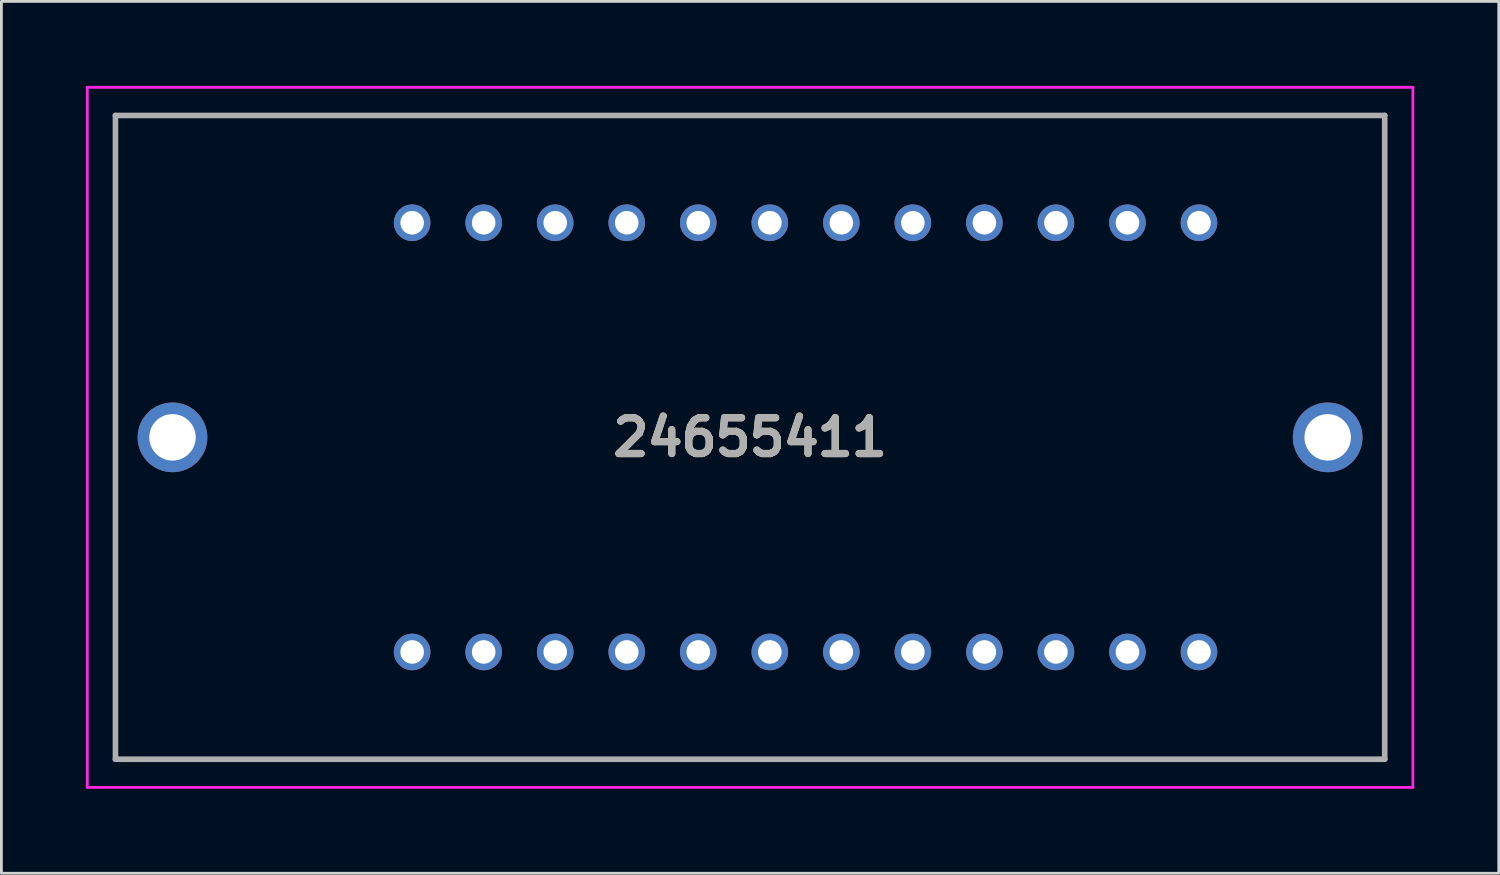
<source format=kicad_pcb>
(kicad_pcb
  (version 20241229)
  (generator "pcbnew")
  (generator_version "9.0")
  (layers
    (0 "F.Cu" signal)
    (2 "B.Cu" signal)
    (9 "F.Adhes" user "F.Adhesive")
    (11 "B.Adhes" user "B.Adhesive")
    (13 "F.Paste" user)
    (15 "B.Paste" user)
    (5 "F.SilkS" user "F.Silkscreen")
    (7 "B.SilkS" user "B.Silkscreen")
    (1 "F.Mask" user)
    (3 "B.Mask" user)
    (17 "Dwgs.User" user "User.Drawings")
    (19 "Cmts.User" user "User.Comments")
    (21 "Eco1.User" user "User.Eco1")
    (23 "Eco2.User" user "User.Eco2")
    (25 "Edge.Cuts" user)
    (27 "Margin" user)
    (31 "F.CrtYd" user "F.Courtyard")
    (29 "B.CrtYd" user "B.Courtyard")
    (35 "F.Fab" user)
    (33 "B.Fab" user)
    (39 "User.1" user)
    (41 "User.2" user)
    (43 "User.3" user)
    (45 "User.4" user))
  (footprint "24655411"
    (layer "F.Cu")
    (at 11.585 4.86)
    (property "Reference" "24655411" (at 12 7.62 0) (layer "F.SilkS") (effects (font (size 1.27 1.27) (thickness 0.254))))
    (attr through_hole)
    (fp_line (start -10.535 -3.81) (end -10.535 19.05) (stroke (width 0.1) (type solid)) (layer "F.SilkS"))
    (fp_line (start -10.535 19.05) (end 34.535 19.05) (stroke (width 0.1) (type solid)) (layer "F.SilkS"))
    (fp_line (start 34.535 -3.81) (end -10.535 -3.81) (stroke (width 0.1) (type solid)) (layer "F.SilkS"))
    (fp_line (start 34.535 19.05) (end 34.535 -3.81) (stroke (width 0.1) (type solid)) (layer "F.SilkS"))
    (fp_line (start -11.535 -4.81) (end -11.535 20.05) (stroke (width 0.1) (type solid)) (layer "F.CrtYd"))
    (fp_line (start -11.535 20.05) (end 35.535 20.05) (stroke (width 0.1) (type solid)) (layer "F.CrtYd"))
    (fp_line (start 35.535 -4.81) (end -11.535 -4.81) (stroke (width 0.1) (type solid)) (layer "F.CrtYd"))
    (fp_line (start 35.535 20.05) (end 35.535 -4.81) (stroke (width 0.1) (type solid)) (layer "F.CrtYd"))
    (fp_line (start -10.535 -3.81) (end -10.535 19.05) (stroke (width 0.2) (type solid)) (layer "F.Fab"))
    (fp_line (start -10.535 19.05) (end 34.535 19.05) (stroke (width 0.2) (type solid)) (layer "F.Fab"))
    (fp_line (start 34.535 -3.81) (end -10.535 -3.81) (stroke (width 0.2) (type solid)) (layer "F.Fab"))
    (fp_line (start 34.535 19.05) (end 34.535 -3.81) (stroke (width 0.2) (type solid)) (layer "F.Fab"))
    (fp_text user "${REFERENCE}" (at 12 7.62 0) (layer "F.Fab") (effects (font (size 1.27 1.27) (thickness 0.254))))
    (pad "1" thru_hole circle (at 0 0) (size 1.3 1.3) (drill 0.838) (layers "*.Cu" "*.Mask"))
    (pad "2" thru_hole circle (at 2.54 0) (size 1.3 1.3) (drill 0.838) (layers "*.Cu" "*.Mask"))
    (pad "3" thru_hole circle (at 5.08 0) (size 1.3 1.3) (drill 0.838) (layers "*.Cu" "*.Mask"))
    (pad "4" thru_hole circle (at 7.62 0) (size 1.3 1.3) (drill 0.838) (layers "*.Cu" "*.Mask"))
    (pad "5" thru_hole circle (at 10.16 0) (size 1.3 1.3) (drill 0.838) (layers "*.Cu" "*.Mask"))
    (pad "6" thru_hole circle (at 12.7 0) (size 1.3 1.3) (drill 0.838) (layers "*.Cu" "*.Mask"))
    (pad "7" thru_hole circle (at 15.24 0) (size 1.3 1.3) (drill 0.838) (layers "*.Cu" "*.Mask"))
    (pad "8" thru_hole circle (at 17.78 0) (size 1.3 1.3) (drill 0.838) (layers "*.Cu" "*.Mask"))
    (pad "9" thru_hole circle (at 20.32 0) (size 1.3 1.3) (drill 0.838) (layers "*.Cu" "*.Mask"))
    (pad "10" thru_hole circle (at 22.86 0) (size 1.3 1.3) (drill 0.838) (layers "*.Cu" "*.Mask"))
    (pad "11" thru_hole circle (at 25.4 0) (size 1.3 1.3) (drill 0.838) (layers "*.Cu" "*.Mask"))
    (pad "12" thru_hole circle (at 27.94 0) (size 1.3 1.3) (drill 0.838) (layers "*.Cu" "*.Mask"))
    (pad "13" thru_hole circle (at 27.94 15.24) (size 1.3 1.3) (drill 0.838) (layers "*.Cu" "*.Mask"))
    (pad "14" thru_hole circle (at 25.4 15.24) (size 1.3 1.3) (drill 0.838) (layers "*.Cu" "*.Mask"))
    (pad "15" thru_hole circle (at 22.86 15.24) (size 1.3 1.3) (drill 0.838) (layers "*.Cu" "*.Mask"))
    (pad "16" thru_hole circle (at 20.32 15.24) (size 1.3 1.3) (drill 0.838) (layers "*.Cu" "*.Mask"))
    (pad "17" thru_hole circle (at 17.78 15.24) (size 1.3 1.3) (drill 0.838) (layers "*.Cu" "*.Mask"))
    (pad "18" thru_hole circle (at 15.24 15.24) (size 1.3 1.3) (drill 0.838) (layers "*.Cu" "*.Mask"))
    (pad "19" thru_hole circle (at 12.7 15.24) (size 1.3 1.3) (drill 0.838) (layers "*.Cu" "*.Mask"))
    (pad "20" thru_hole circle (at 10.16 15.24) (size 1.3 1.3) (drill 0.838) (layers "*.Cu" "*.Mask"))
    (pad "21" thru_hole circle (at 7.62 15.24) (size 1.3 1.3) (drill 0.838) (layers "*.Cu" "*.Mask"))
    (pad "22" thru_hole circle (at 5.08 15.24) (size 1.3 1.3) (drill 0.838) (layers "*.Cu" "*.Mask"))
    (pad "23" thru_hole circle (at 2.54 15.24) (size 1.3 1.3) (drill 0.838) (layers "*.Cu" "*.Mask"))
    (pad "24" thru_hole circle (at 0 15.24) (size 1.3 1.3) (drill 0.838) (layers "*.Cu" "*.Mask"))
    (pad "MH1" thru_hole circle (at 32.51 7.62) (size 2.475 2.475) (drill 1.65) (layers "*.Cu" "*.Mask"))
    (pad "MH2" thru_hole circle (at -8.51 7.62) (size 2.475 2.475) (drill 1.65) (layers "*.Cu" "*.Mask")))
  (gr_rect
    (start -3 -3)
    (end 50.17 27.96)
    (stroke (width 0.1) (type default))
    (fill no)
    (layer "Edge.Cuts")))
</source>
